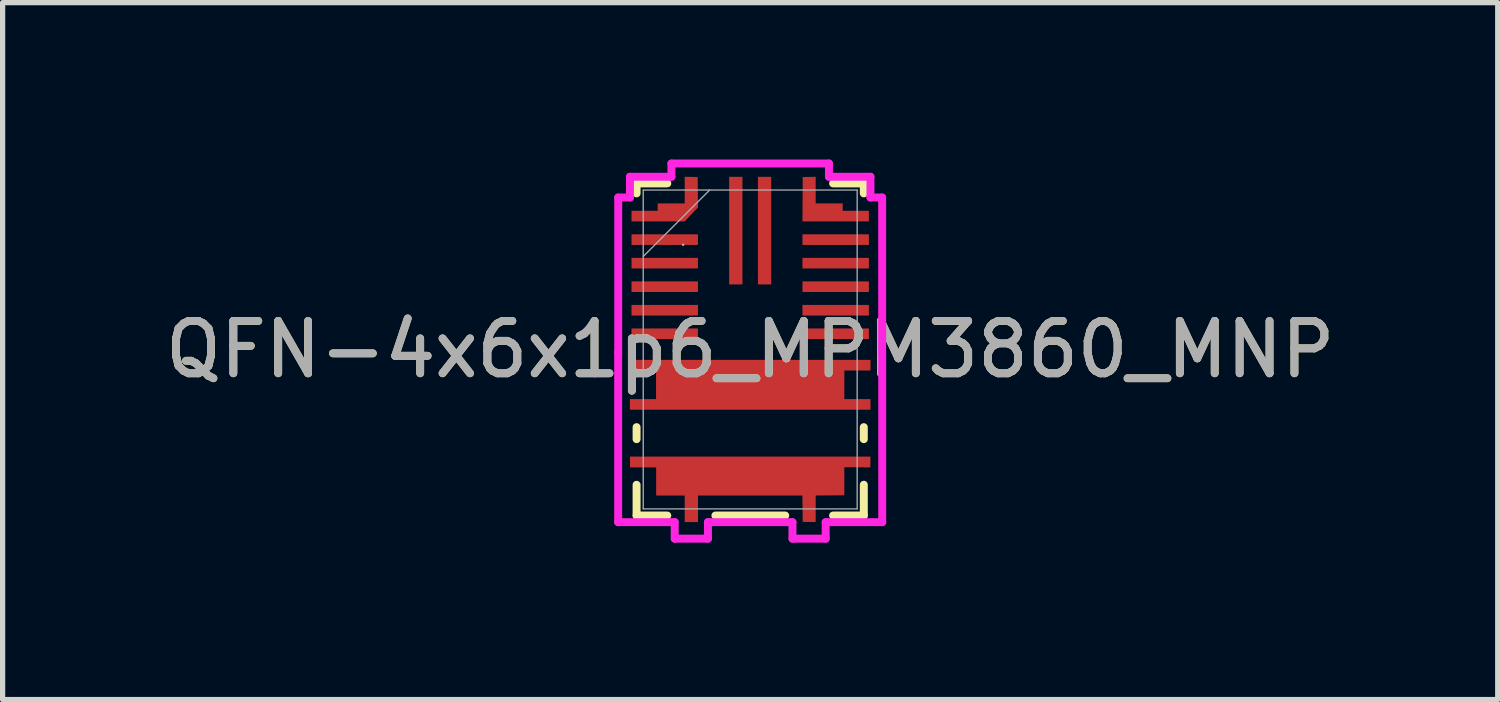
<source format=kicad_pcb>
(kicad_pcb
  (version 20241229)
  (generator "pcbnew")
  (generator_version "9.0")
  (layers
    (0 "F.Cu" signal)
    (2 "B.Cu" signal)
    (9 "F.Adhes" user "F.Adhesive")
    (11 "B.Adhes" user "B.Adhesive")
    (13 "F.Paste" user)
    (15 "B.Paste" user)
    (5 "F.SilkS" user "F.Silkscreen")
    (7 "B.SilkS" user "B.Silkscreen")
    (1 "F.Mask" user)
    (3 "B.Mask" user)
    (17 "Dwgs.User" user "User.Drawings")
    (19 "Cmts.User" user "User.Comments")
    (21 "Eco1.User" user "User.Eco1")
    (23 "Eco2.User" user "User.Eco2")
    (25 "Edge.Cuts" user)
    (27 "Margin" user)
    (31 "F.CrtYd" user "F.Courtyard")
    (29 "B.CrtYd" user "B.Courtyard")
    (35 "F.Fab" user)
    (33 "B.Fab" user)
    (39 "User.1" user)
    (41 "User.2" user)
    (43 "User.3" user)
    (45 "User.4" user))
  (footprint "QFN-4x6x1p6_MPM3860_MNP"
    (layer "F.Cu")
    (at 11.292 3.631)
    (property "Reference" "QFN-4x6x1p6_MPM3860_MNP" (at 0 0 0) (unlocked yes) (layer "F.SilkS") (effects (font (size 1 1) (thickness 0.15))))
    (attr smd)
    (fp_poly (pts (xy 1.004 -3.297) (xy 1.252 -3.301) (xy 1.252 -2.793) (xy 1.769 -2.792) (xy 1.769 -2.651) (xy 2.269 -2.651) (xy 2.269 -2.448) (xy 0.999 -2.448)) (stroke (width 0) (type solid)) (fill yes) (layer "F.Cu"))
    (fp_poly (pts (xy -1.252 -3.301) (xy -1.004 -3.297) (xy -0.998 -2.716) (xy -1.253 -2.448) (xy -2.269 -2.448) (xy -2.269 -2.651) (xy -1.769 -2.651) (xy -1.769 -2.792) (xy -1.252 -2.793)) (stroke (width 0) (type solid)) (fill yes) (layer "F.Cu"))
    (fp_poly (pts (xy -2.3 0.199) (xy 2.3 0.199) (xy 2.3 0.402) (xy 1.8 0.402) (xy 1.8 0.949) (xy 2.3 0.949) (xy 2.3 1.152) (xy -2.3 1.152) (xy -2.3 0.949) (xy -1.8 0.949) (xy -1.8 0.402) (xy -2.3 0.402)) (stroke (width 0) (type solid)) (fill yes) (layer "F.Cu"))
    (fp_poly (pts (xy -2.3 2.048) (xy 2.3 2.048) (xy 2.297 2.255) (xy 1.8 2.251) (xy 1.8 2.788) (xy 1.252 2.792) (xy 1.252 3.3) (xy 1.004 3.297) (xy 0.998 2.792) (xy -0.998 2.792) (xy -0.998 3.3) (xy -1.252 3.3) (xy -1.252 2.792) (xy -1.798 2.792) (xy -1.798 2.255) (xy -2.297 2.255)) (stroke (width 0) (type solid)) (fill yes) (layer "F.Cu"))
    (fp_line (start -2.172 -3.175) (end -1.585 -3.175) (stroke (width 0.152) (type solid)) (layer "F.SilkS"))
    (fp_line (start -2.172 -2.984) (end -2.172 -3.175) (stroke (width 0.152) (type solid)) (layer "F.SilkS"))
    (fp_line (start -2.172 1.715) (end -2.172 1.485) (stroke (width 0.152) (type solid)) (layer "F.SilkS"))
    (fp_line (start -2.172 3.175) (end -2.172 2.587) (stroke (width 0.152) (type solid)) (layer "F.SilkS"))
    (fp_line (start -1.585 3.175) (end -2.172 3.175) (stroke (width 0.152) (type solid)) (layer "F.SilkS"))
    (fp_line (start 0.67 3.175) (end -0.665 3.175) (stroke (width 0.152) (type solid)) (layer "F.SilkS"))
    (fp_line (start 1.585 -3.175) (end 2.172 -3.175) (stroke (width 0.152) (type solid)) (layer "F.SilkS"))
    (fp_line (start 2.172 -3.175) (end 2.172 -2.984) (stroke (width 0.152) (type solid)) (layer "F.SilkS"))
    (fp_line (start 2.172 1.485) (end 2.172 1.715) (stroke (width 0.152) (type solid)) (layer "F.SilkS"))
    (fp_line (start 2.172 2.586) (end 2.172 3.175) (stroke (width 0.152) (type solid)) (layer "F.SilkS"))
    (fp_line (start 2.172 3.175) (end 1.585 3.175) (stroke (width 0.152) (type solid)) (layer "F.SilkS"))
    (fp_poly (pts (xy -1.805 -1.17) (xy -1.805 -0.1) (xy -0.735 -0.1) (xy -0.735 -1.17)) (stroke (width 0) (type solid)) (fill yes) (layer "F.Paste"))
    (fp_poly (pts (xy -1.805 -1.17) (xy -1.805 -0.1) (xy -0.735 -0.1) (xy -0.735 -1.17)) (stroke (width 0) (type solid)) (fill yes) (layer "F.Paste"))
    (fp_poly (pts (xy -1.805 0.1) (xy -1.805 1.17) (xy -0.735 1.17) (xy -0.735 0.1)) (stroke (width 0) (type solid)) (fill yes) (layer "F.Paste"))
    (fp_poly (pts (xy -1.805 0.1) (xy -1.805 1.17) (xy -0.735 1.17) (xy -0.735 0.1)) (stroke (width 0) (type solid)) (fill yes) (layer "F.Paste"))
    (fp_poly (pts (xy -0.535 -1.17) (xy -0.535 -0.1) (xy 0.535 -0.1) (xy 0.535 -1.17)) (stroke (width 0) (type solid)) (fill yes) (layer "F.Paste"))
    (fp_poly (pts (xy -0.535 -1.17) (xy -0.535 -0.1) (xy 0.535 -0.1) (xy 0.535 -1.17)) (stroke (width 0) (type solid)) (fill yes) (layer "F.Paste"))
    (fp_poly (pts (xy -0.535 0.1) (xy -0.535 1.17) (xy 0.535 1.17) (xy 0.535 0.1)) (stroke (width 0) (type solid)) (fill yes) (layer "F.Paste"))
    (fp_poly (pts (xy -0.535 0.1) (xy -0.535 1.17) (xy 0.535 1.17) (xy 0.535 0.1)) (stroke (width 0) (type solid)) (fill yes) (layer "F.Paste"))
    (fp_poly (pts (xy 0.735 -1.17) (xy 0.735 -0.1) (xy 1.805 -0.1) (xy 1.805 -1.17)) (stroke (width 0) (type solid)) (fill yes) (layer "F.Paste"))
    (fp_poly (pts (xy 0.735 -1.17) (xy 0.735 -0.1) (xy 1.805 -0.1) (xy 1.805 -1.17)) (stroke (width 0) (type solid)) (fill yes) (layer "F.Paste"))
    (fp_poly (pts (xy 0.735 0.1) (xy 0.735 1.17) (xy 1.805 1.17) (xy 1.805 0.1)) (stroke (width 0) (type solid)) (fill yes) (layer "F.Paste"))
    (fp_poly (pts (xy 0.735 0.1) (xy 0.735 1.17) (xy 1.805 1.17) (xy 1.805 0.1)) (stroke (width 0) (type solid)) (fill yes) (layer "F.Paste"))
    (fp_line (start -2.524 0.056) (end -2.524 3.302) (stroke (width 0.152) (type solid)) (layer "F.CrtYd"))
    (fp_line (start -2.524 3.302) (end -1.443 3.302) (stroke (width 0.152) (type solid)) (layer "F.CrtYd"))
    (fp_line (start -2.523 -2.905) (end -2.523 0.056) (stroke (width 0.152) (type solid)) (layer "F.CrtYd"))
    (fp_line (start -2.299 -3.302) (end -2.299 -2.905) (stroke (width 0.152) (type solid)) (layer "F.CrtYd"))
    (fp_line (start -2.299 -2.905) (end -2.523 -2.905) (stroke (width 0.152) (type solid)) (layer "F.CrtYd"))
    (fp_line (start -1.506 -3.555) (end -1.506 -3.302) (stroke (width 0.152) (type solid)) (layer "F.CrtYd"))
    (fp_line (start -1.506 -3.302) (end -2.299 -3.302) (stroke (width 0.152) (type solid)) (layer "F.CrtYd"))
    (fp_line (start -1.443 3.302) (end -1.443 3.617) (stroke (width 0.152) (type solid)) (layer "F.CrtYd"))
    (fp_line (start -1.443 3.617) (end -0.808 3.617) (stroke (width 0.152) (type solid)) (layer "F.CrtYd"))
    (fp_line (start -0.808 3.302) (end 0.808 3.302) (stroke (width 0.152) (type solid)) (layer "F.CrtYd"))
    (fp_line (start -0.808 3.617) (end -0.808 3.302) (stroke (width 0.152) (type solid)) (layer "F.CrtYd"))
    (fp_line (start 0.808 3.302) (end 0.808 3.617) (stroke (width 0.152) (type solid)) (layer "F.CrtYd"))
    (fp_line (start 0.808 3.617) (end 1.443 3.617) (stroke (width 0.152) (type solid)) (layer "F.CrtYd"))
    (fp_line (start 1.443 3.302) (end 2.524 3.302) (stroke (width 0.152) (type solid)) (layer "F.CrtYd"))
    (fp_line (start 1.443 3.617) (end 1.443 3.302) (stroke (width 0.152) (type solid)) (layer "F.CrtYd"))
    (fp_line (start 1.506 -3.555) (end -1.506 -3.555) (stroke (width 0.152) (type solid)) (layer "F.CrtYd"))
    (fp_line (start 1.506 -3.302) (end 1.506 -3.555) (stroke (width 0.152) (type solid)) (layer "F.CrtYd"))
    (fp_line (start 2.299 -3.302) (end 1.506 -3.302) (stroke (width 0.152) (type solid)) (layer "F.CrtYd"))
    (fp_line (start 2.299 -2.905) (end 2.299 -3.302) (stroke (width 0.152) (type solid)) (layer "F.CrtYd"))
    (fp_line (start 2.523 -2.905) (end 2.299 -2.905) (stroke (width 0.152) (type solid)) (layer "F.CrtYd"))
    (fp_line (start 2.523 0.056) (end 2.523 -2.905) (stroke (width 0.152) (type solid)) (layer "F.CrtYd"))
    (fp_line (start 2.524 3.302) (end 2.524 0.056) (stroke (width 0.152) (type solid)) (layer "F.CrtYd"))
    (fp_line (start -2.045 -3.048) (end -2.045 3.048) (stroke (width 0.025) (type solid)) (layer "F.Fab"))
    (fp_line (start -2.045 -1.778) (end -0.775 -3.048) (stroke (width 0.025) (type solid)) (layer "F.Fab"))
    (fp_line (start -2.045 3.048) (end 2.045 3.048) (stroke (width 0.025) (type solid)) (layer "F.Fab"))
    (fp_line (start 2.045 -3.048) (end -2.045 -3.048) (stroke (width 0.025) (type solid)) (layer "F.Fab"))
    (fp_line (start 2.045 3.048) (end 2.045 -3.048) (stroke (width 0.025) (type solid)) (layer "F.Fab"))
    (fp_circle (center -1.282 -2.001) (end -1.282 -2.001) (stroke (width 0.025) (type solid)) (fill no) (layer "F.Fab"))
    (fp_text user "${REFERENCE}" (at 0 0 0) (unlocked yes) (layer "F.Fab") (effects (font (size 1 1) (thickness 0.15))))
    (pad "1" smd rect (at -1.634 -2.55) (size 0.127 0.127) (layers "F.Cu" "F.Mask" "F.Paste"))
    (pad "2" smd rect (at -1.634 -2.1) (size 1.27 0.203) (layers "F.Cu" "F.Mask" "F.Paste"))
    (pad "3" smd rect (at -1.634 -1.65) (size 1.27 0.203) (layers "F.Cu" "F.Mask" "F.Paste"))
    (pad "4" smd rect (at -1.634 -1.2) (size 1.27 0.203) (layers "F.Cu" "F.Mask" "F.Paste"))
    (pad "5" smd rect (at -1.634 -0.75) (size 1.27 0.203) (layers "F.Cu" "F.Mask" "F.Paste"))
    (pad "6" smd rect (at -1.634 -0.3) (size 1.27 0.203) (layers "F.Cu" "F.Mask" "F.Paste"))
    (pad "7" smd rect (at -1.665 0.3) (size 0.127 0.127) (layers "F.Cu" "F.Mask" "F.Paste"))
    (pad "8" smd rect (at -1.665 1.05) (size 0.127 0.127) (layers "F.Cu" "F.Mask" "F.Paste"))
    (pad "9" smd rect (at -1.665 2.15) (size 0.127 0.127) (layers "F.Cu" "F.Mask" "F.Paste"))
    (pad "10" smd rect (at -1.125 3.046 90) (size 0.127 0.127) (layers "F.Cu" "F.Mask" "F.Paste"))
    (pad "11" smd rect (at 1.125 3.046 90) (size 0.127 0.127) (layers "F.Cu" "F.Mask" "F.Paste"))
    (pad "12" smd rect (at 1.665 2.15) (size 0.127 0.127) (layers "F.Cu" "F.Mask" "F.Paste"))
    (pad "13" smd rect (at 1.665 1.05) (size 0.127 0.127) (layers "F.Cu" "F.Mask" "F.Paste"))
    (pad "14" smd rect (at 1.665 0.3) (size 0.127 0.127) (layers "F.Cu" "F.Mask" "F.Paste"))
    (pad "15" smd rect (at 1.634 -0.3) (size 1.27 0.203) (layers "F.Cu" "F.Mask" "F.Paste"))
    (pad "16" smd rect (at 1.634 -0.75) (size 1.27 0.203) (layers "F.Cu" "F.Mask" "F.Paste"))
    (pad "17" smd rect (at 1.634 -1.2) (size 1.27 0.203) (layers "F.Cu" "F.Mask" "F.Paste"))
    (pad "18" smd rect (at 1.634 -1.65) (size 1.27 0.203) (layers "F.Cu" "F.Mask" "F.Paste"))
    (pad "19" smd rect (at 1.634 -2.1) (size 1.27 0.203) (layers "F.Cu" "F.Mask" "F.Paste"))
    (pad "20" smd rect (at 1.634 -2.55) (size 0.127 0.127) (layers "F.Cu" "F.Mask" "F.Paste"))
    (pad "21" smd rect (at 1.125 -3.047 90) (size 0.127 0.127) (layers "F.Cu" "F.Mask" "F.Paste"))
    (pad "22" smd rect (at 0.275 -2.272 90) (size 2.057 0.254) (layers "F.Cu" "F.Mask" "F.Paste"))
    (pad "23" smd rect (at -0.275 -2.272 90) (size 2.057 0.254) (layers "F.Cu" "F.Mask" "F.Paste"))
    (pad "24" smd rect (at -1.125 -3.047 90) (size 0.127 0.127) (layers "F.Cu" "F.Mask" "F.Paste")))
  (gr_rect
    (start -3 -3)
    (end 25.583 10.324)
    (stroke (width 0.1) (type default))
    (fill no)
    (layer "Edge.Cuts")))
</source>
